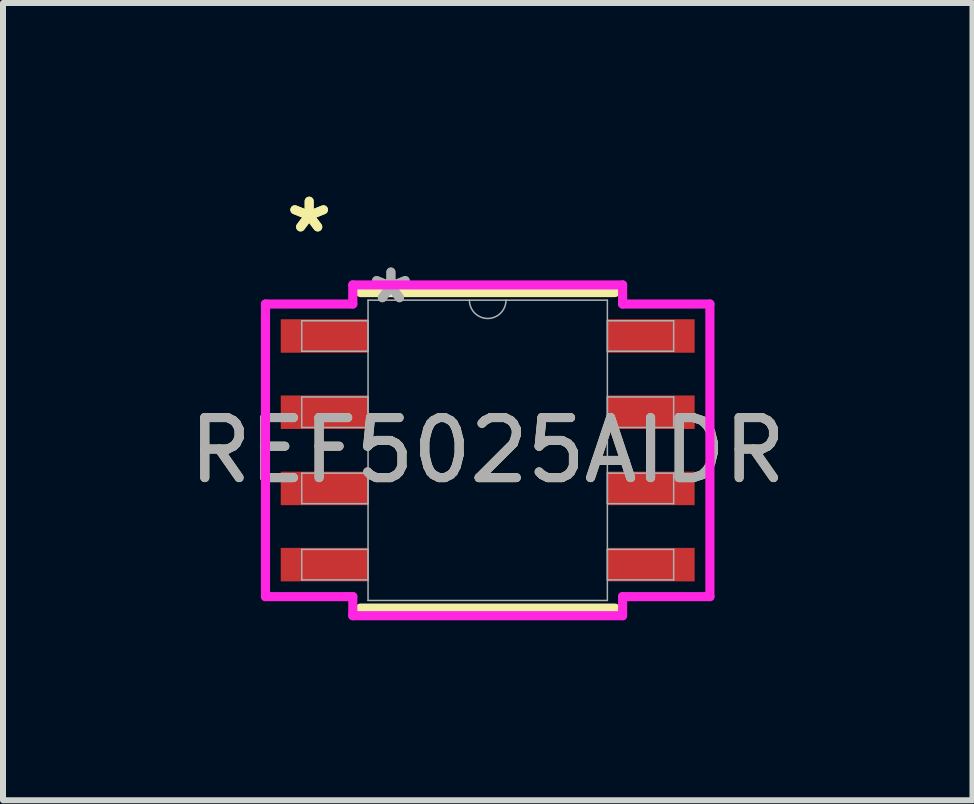
<source format=kicad_pcb>
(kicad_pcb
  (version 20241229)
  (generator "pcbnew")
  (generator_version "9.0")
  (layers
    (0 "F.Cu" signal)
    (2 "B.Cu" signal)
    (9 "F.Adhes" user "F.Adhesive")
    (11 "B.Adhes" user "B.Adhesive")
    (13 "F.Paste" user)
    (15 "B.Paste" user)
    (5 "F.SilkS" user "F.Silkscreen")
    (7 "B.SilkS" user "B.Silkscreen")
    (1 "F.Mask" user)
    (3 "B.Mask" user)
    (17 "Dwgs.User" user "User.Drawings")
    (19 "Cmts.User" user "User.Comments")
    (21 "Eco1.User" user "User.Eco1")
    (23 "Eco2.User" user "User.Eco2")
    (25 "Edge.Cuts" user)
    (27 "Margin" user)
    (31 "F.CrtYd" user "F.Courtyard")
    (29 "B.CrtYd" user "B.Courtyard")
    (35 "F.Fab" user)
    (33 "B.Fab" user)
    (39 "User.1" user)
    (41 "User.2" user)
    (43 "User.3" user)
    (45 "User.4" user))
  (footprint "REF5025AIDR"
    (layer "F.Cu")
    (at 5.077 4.454)
    (property "Reference" "REF5025AIDR" (at 0 0 0) (unlocked yes) (layer "F.SilkS") (effects (font (size 1 1) (thickness 0.15))))
    (attr smd)
    (fp_line (start -2.121 2.629) (end 2.121 2.629) (stroke (width 0.152) (type solid)) (layer "F.SilkS"))
    (fp_line (start 2.121 -2.629) (end -2.121 -2.629) (stroke (width 0.152) (type solid)) (layer "F.SilkS"))
    (fp_line (start -3.703 -2.438) (end -2.248 -2.438) (stroke (width 0.152) (type solid)) (layer "F.CrtYd"))
    (fp_line (start -3.703 2.438) (end -3.703 -2.438) (stroke (width 0.152) (type solid)) (layer "F.CrtYd"))
    (fp_line (start -3.703 2.438) (end -2.248 2.438) (stroke (width 0.152) (type solid)) (layer "F.CrtYd"))
    (fp_line (start -2.248 -2.756) (end 2.248 -2.756) (stroke (width 0.152) (type solid)) (layer "F.CrtYd"))
    (fp_line (start -2.248 -2.438) (end -2.248 -2.756) (stroke (width 0.152) (type solid)) (layer "F.CrtYd"))
    (fp_line (start -2.248 2.756) (end -2.248 2.438) (stroke (width 0.152) (type solid)) (layer "F.CrtYd"))
    (fp_line (start 2.248 -2.756) (end 2.248 -2.438) (stroke (width 0.152) (type solid)) (layer "F.CrtYd"))
    (fp_line (start 2.248 2.438) (end 2.248 2.756) (stroke (width 0.152) (type solid)) (layer "F.CrtYd"))
    (fp_line (start 2.248 2.756) (end -2.248 2.756) (stroke (width 0.152) (type solid)) (layer "F.CrtYd"))
    (fp_line (start 3.703 -2.438) (end 2.248 -2.438) (stroke (width 0.152) (type solid)) (layer "F.CrtYd"))
    (fp_line (start 3.703 -2.438) (end 3.703 2.438) (stroke (width 0.152) (type solid)) (layer "F.CrtYd"))
    (fp_line (start 3.703 2.438) (end 2.248 2.438) (stroke (width 0.152) (type solid)) (layer "F.CrtYd"))
    (fp_line (start -3.099 -2.159) (end -3.099 -1.651) (stroke (width 0.025) (type solid)) (layer "F.Fab"))
    (fp_line (start -3.099 -1.651) (end -1.994 -1.651) (stroke (width 0.025) (type solid)) (layer "F.Fab"))
    (fp_line (start -3.099 -0.889) (end -3.099 -0.381) (stroke (width 0.025) (type solid)) (layer "F.Fab"))
    (fp_line (start -3.099 -0.381) (end -1.994 -0.381) (stroke (width 0.025) (type solid)) (layer "F.Fab"))
    (fp_line (start -3.099 0.381) (end -3.099 0.889) (stroke (width 0.025) (type solid)) (layer "F.Fab"))
    (fp_line (start -3.099 0.889) (end -1.994 0.889) (stroke (width 0.025) (type solid)) (layer "F.Fab"))
    (fp_line (start -3.099 1.651) (end -3.099 2.159) (stroke (width 0.025) (type solid)) (layer "F.Fab"))
    (fp_line (start -3.099 2.159) (end -1.994 2.159) (stroke (width 0.025) (type solid)) (layer "F.Fab"))
    (fp_line (start -1.994 -2.502) (end -1.994 2.502) (stroke (width 0.025) (type solid)) (layer "F.Fab"))
    (fp_line (start -1.994 -2.159) (end -3.099 -2.159) (stroke (width 0.025) (type solid)) (layer "F.Fab"))
    (fp_line (start -1.994 -1.651) (end -1.994 -2.159) (stroke (width 0.025) (type solid)) (layer "F.Fab"))
    (fp_line (start -1.994 -0.889) (end -3.099 -0.889) (stroke (width 0.025) (type solid)) (layer "F.Fab"))
    (fp_line (start -1.994 -0.381) (end -1.994 -0.889) (stroke (width 0.025) (type solid)) (layer "F.Fab"))
    (fp_line (start -1.994 0.381) (end -3.099 0.381) (stroke (width 0.025) (type solid)) (layer "F.Fab"))
    (fp_line (start -1.994 0.889) (end -1.994 0.381) (stroke (width 0.025) (type solid)) (layer "F.Fab"))
    (fp_line (start -1.994 1.651) (end -3.099 1.651) (stroke (width 0.025) (type solid)) (layer "F.Fab"))
    (fp_line (start -1.994 2.159) (end -1.994 1.651) (stroke (width 0.025) (type solid)) (layer "F.Fab"))
    (fp_line (start -1.994 2.502) (end 1.994 2.502) (stroke (width 0.025) (type solid)) (layer "F.Fab"))
    (fp_line (start 1.994 -2.502) (end -1.994 -2.502) (stroke (width 0.025) (type solid)) (layer "F.Fab"))
    (fp_line (start 1.994 -2.159) (end 1.994 -1.651) (stroke (width 0.025) (type solid)) (layer "F.Fab"))
    (fp_line (start 1.994 -1.651) (end 3.099 -1.651) (stroke (width 0.025) (type solid)) (layer "F.Fab"))
    (fp_line (start 1.994 -0.889) (end 1.994 -0.381) (stroke (width 0.025) (type solid)) (layer "F.Fab"))
    (fp_line (start 1.994 -0.381) (end 3.099 -0.381) (stroke (width 0.025) (type solid)) (layer "F.Fab"))
    (fp_line (start 1.994 0.381) (end 1.994 0.889) (stroke (width 0.025) (type solid)) (layer "F.Fab"))
    (fp_line (start 1.994 0.889) (end 3.099 0.889) (stroke (width 0.025) (type solid)) (layer "F.Fab"))
    (fp_line (start 1.994 1.651) (end 1.994 2.159) (stroke (width 0.025) (type solid)) (layer "F.Fab"))
    (fp_line (start 1.994 2.159) (end 3.099 2.159) (stroke (width 0.025) (type solid)) (layer "F.Fab"))
    (fp_line (start 1.994 2.502) (end 1.994 -2.502) (stroke (width 0.025) (type solid)) (layer "F.Fab"))
    (fp_line (start 3.099 -2.159) (end 1.994 -2.159) (stroke (width 0.025) (type solid)) (layer "F.Fab"))
    (fp_line (start 3.099 -1.651) (end 3.099 -2.159) (stroke (width 0.025) (type solid)) (layer "F.Fab"))
    (fp_line (start 3.099 -0.889) (end 1.994 -0.889) (stroke (width 0.025) (type solid)) (layer "F.Fab"))
    (fp_line (start 3.099 -0.381) (end 3.099 -0.889) (stroke (width 0.025) (type solid)) (layer "F.Fab"))
    (fp_line (start 3.099 0.381) (end 1.994 0.381) (stroke (width 0.025) (type solid)) (layer "F.Fab"))
    (fp_line (start 3.099 0.889) (end 3.099 0.381) (stroke (width 0.025) (type solid)) (layer "F.Fab"))
    (fp_line (start 3.099 1.651) (end 1.994 1.651) (stroke (width 0.025) (type solid)) (layer "F.Fab"))
    (fp_line (start 3.099 2.159) (end 3.099 1.651) (stroke (width 0.025) (type solid)) (layer "F.Fab"))
    (fp_arc (start 0.3048 -2.5019) (mid 0 -2.1971) (end -0.3048 -2.5019) (stroke (width 0.0254) (type solid)) (layer "F.Fab"))
    (fp_text user "*" (at -2.975 -3.606 0) (layer "F.SilkS") (effects (font (size 1 1) (thickness 0.15))))
    (fp_text user "*" (at -2.975 -3.606 0) (unlocked yes) (layer "F.SilkS") (effects (font (size 1 1) (thickness 0.15))))
    (fp_text user "*" (at -1.613 -2.426 0) (layer "F.Fab") (effects (font (size 1 1) (thickness 0.15))))
    (fp_text user "${REFERENCE}" (at 0 0 0) (unlocked yes) (layer "F.Fab") (effects (font (size 1 1) (thickness 0.15))))
    (fp_text user "*" (at -1.613 -2.426 0) (unlocked yes) (layer "F.Fab") (effects (font (size 1 1) (thickness 0.15))))
    (pad "1" smd rect (at -2.721 -1.905) (size 1.455 0.558) (layers "F.Cu" "F.Mask" "F.Paste"))
    (pad "2" smd rect (at -2.721 -0.635) (size 1.455 0.558) (layers "F.Cu" "F.Mask" "F.Paste"))
    (pad "3" smd rect (at -2.721 0.635) (size 1.455 0.558) (layers "F.Cu" "F.Mask" "F.Paste"))
    (pad "4" smd rect (at -2.721 1.905) (size 1.455 0.558) (layers "F.Cu" "F.Mask" "F.Paste"))
    (pad "5" smd rect (at 2.721 1.905) (size 1.455 0.558) (layers "F.Cu" "F.Mask" "F.Paste"))
    (pad "6" smd rect (at 2.721 0.635) (size 1.455 0.558) (layers "F.Cu" "F.Mask" "F.Paste"))
    (pad "7" smd rect (at 2.721 -0.635) (size 1.455 0.558) (layers "F.Cu" "F.Mask" "F.Paste"))
    (pad "8" smd rect (at 2.721 -1.905) (size 1.455 0.558) (layers "F.Cu" "F.Mask" "F.Paste")))
  (gr_rect
    (start -3 -3)
    (end 13.155 10.286)
    (stroke (width 0.1) (type default))
    (fill no)
    (layer "Edge.Cuts")))
</source>
